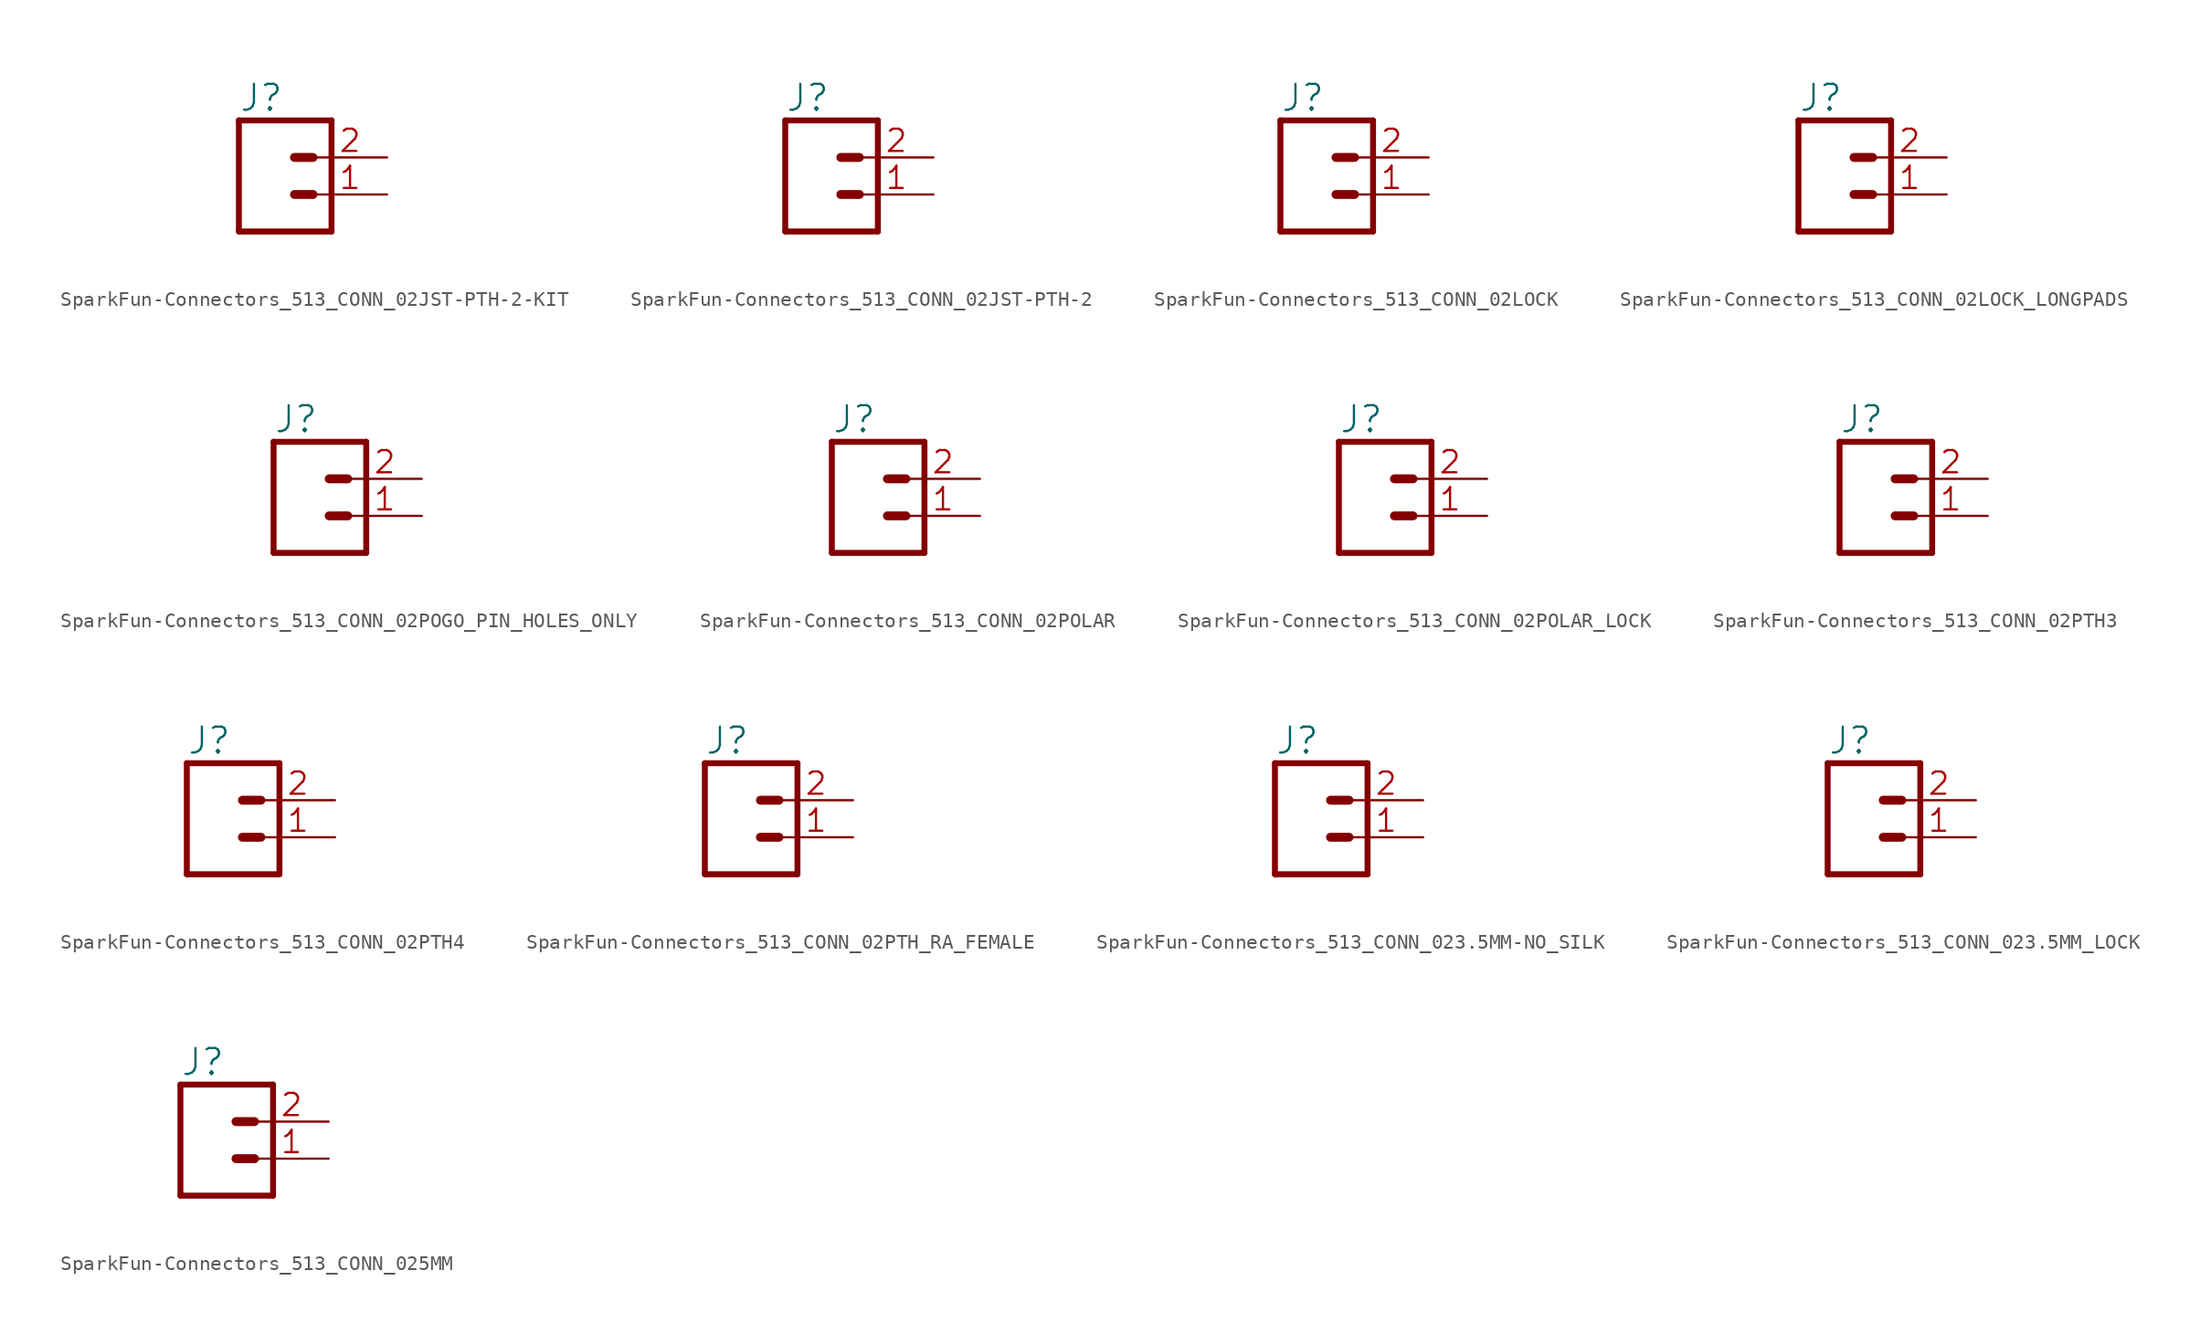
<source format=kicad_sym>
(kicad_symbol_lib
  (version 20241209)
  (generator "kicad_symbol_editor")
  (generator_version "9.0")
  (symbol "SparkFun-Connectors_513_CONN_02JST-PTH-2-KIT"
    (property "Reference" "J"
      (at -2.54 5.588 0)
      (effects (font (size 1.778 1.778)) (justify left bottom)))
    (property "Value" ""
      (at -2.54 -4.826 0)
      (effects (font (size 1.778 1.778)) (justify left bottom)))
    (property "ki_locked" ""
      (at 0 0 0)
      (effects (font (size 1.27 1.27))))
    (symbol "SparkFun-Connectors_513_CONN_02JST-PTH-2-KIT_1_0"
      (polyline (pts (xy -2.54 5.08) (xy -2.54 -2.54)) (stroke (width 0.406) (type solid)) (fill (type none)))
      (polyline (pts (xy -2.54 5.08) (xy 3.81 5.08)) (stroke (width 0.406) (type solid)) (fill (type none)))
      (polyline (pts (xy 1.27 2.54) (xy 2.54 2.54)) (stroke (width 0.61) (type solid)) (fill (type none)))
      (polyline (pts (xy 1.27 0) (xy 2.54 0)) (stroke (width 0.61) (type solid)) (fill (type none)))
      (polyline (pts (xy 3.81 -2.54) (xy -2.54 -2.54)) (stroke (width 0.406) (type solid)) (fill (type none)))
      (polyline (pts (xy 3.81 -2.54) (xy 3.81 5.08)) (stroke (width 0.406) (type solid)) (fill (type none)))
      (pin passive line (at 7.62 2.54 180) (length 5.08) (name "2" (effects (font (size 0 0)))) (number "2" (effects (font (size 1.524 1.524)))))
      (pin passive line (at 7.62 0 180) (length 5.08) (name "1" (effects (font (size 0 0)))) (number "1" (effects (font (size 1.524 1.524)))))))
  (symbol "SparkFun-Connectors_513_CONN_02JST-PTH-2"
    (property "Reference" "J"
      (at -2.54 5.588 0)
      (effects (font (size 1.778 1.778)) (justify left bottom)))
    (property "Value" ""
      (at -2.54 -4.826 0)
      (effects (font (size 1.778 1.778)) (justify left bottom)))
    (property "ki_locked" ""
      (at 0 0 0)
      (effects (font (size 1.27 1.27))))
    (symbol "SparkFun-Connectors_513_CONN_02JST-PTH-2_1_0"
      (polyline (pts (xy -2.54 5.08) (xy -2.54 -2.54)) (stroke (width 0.406) (type solid)) (fill (type none)))
      (polyline (pts (xy -2.54 5.08) (xy 3.81 5.08)) (stroke (width 0.406) (type solid)) (fill (type none)))
      (polyline (pts (xy 1.27 2.54) (xy 2.54 2.54)) (stroke (width 0.61) (type solid)) (fill (type none)))
      (polyline (pts (xy 1.27 0) (xy 2.54 0)) (stroke (width 0.61) (type solid)) (fill (type none)))
      (polyline (pts (xy 3.81 -2.54) (xy -2.54 -2.54)) (stroke (width 0.406) (type solid)) (fill (type none)))
      (polyline (pts (xy 3.81 -2.54) (xy 3.81 5.08)) (stroke (width 0.406) (type solid)) (fill (type none)))
      (pin passive line (at 7.62 2.54 180) (length 5.08) (name "2" (effects (font (size 0 0)))) (number "2" (effects (font (size 1.524 1.524)))))
      (pin passive line (at 7.62 0 180) (length 5.08) (name "1" (effects (font (size 0 0)))) (number "1" (effects (font (size 1.524 1.524)))))))
  (symbol "SparkFun-Connectors_513_CONN_02LOCK"
    (property "Reference" "J"
      (at -2.54 5.588 0)
      (effects (font (size 1.778 1.778)) (justify left bottom)))
    (property "Value" ""
      (at -2.54 -4.826 0)
      (effects (font (size 1.778 1.778)) (justify left bottom)))
    (property "ki_locked" ""
      (at 0 0 0)
      (effects (font (size 1.27 1.27))))
    (symbol "SparkFun-Connectors_513_CONN_02LOCK_1_0"
      (polyline (pts (xy -2.54 5.08) (xy -2.54 -2.54)) (stroke (width 0.406) (type solid)) (fill (type none)))
      (polyline (pts (xy -2.54 5.08) (xy 3.81 5.08)) (stroke (width 0.406) (type solid)) (fill (type none)))
      (polyline (pts (xy 1.27 2.54) (xy 2.54 2.54)) (stroke (width 0.61) (type solid)) (fill (type none)))
      (polyline (pts (xy 1.27 0) (xy 2.54 0)) (stroke (width 0.61) (type solid)) (fill (type none)))
      (polyline (pts (xy 3.81 -2.54) (xy -2.54 -2.54)) (stroke (width 0.406) (type solid)) (fill (type none)))
      (polyline (pts (xy 3.81 -2.54) (xy 3.81 5.08)) (stroke (width 0.406) (type solid)) (fill (type none)))
      (pin passive line (at 7.62 2.54 180) (length 5.08) (name "2" (effects (font (size 0 0)))) (number "2" (effects (font (size 1.524 1.524)))))
      (pin passive line (at 7.62 0 180) (length 5.08) (name "1" (effects (font (size 0 0)))) (number "1" (effects (font (size 1.524 1.524)))))))
  (symbol "SparkFun-Connectors_513_CONN_02LOCK_LONGPADS"
    (property "Reference" "J"
      (at -2.54 5.588 0)
      (effects (font (size 1.778 1.778)) (justify left bottom)))
    (property "Value" ""
      (at -2.54 -4.826 0)
      (effects (font (size 1.778 1.778)) (justify left bottom)))
    (property "ki_locked" ""
      (at 0 0 0)
      (effects (font (size 1.27 1.27))))
    (symbol "SparkFun-Connectors_513_CONN_02LOCK_LONGPADS_1_0"
      (polyline (pts (xy -2.54 5.08) (xy -2.54 -2.54)) (stroke (width 0.406) (type solid)) (fill (type none)))
      (polyline (pts (xy -2.54 5.08) (xy 3.81 5.08)) (stroke (width 0.406) (type solid)) (fill (type none)))
      (polyline (pts (xy 1.27 2.54) (xy 2.54 2.54)) (stroke (width 0.61) (type solid)) (fill (type none)))
      (polyline (pts (xy 1.27 0) (xy 2.54 0)) (stroke (width 0.61) (type solid)) (fill (type none)))
      (polyline (pts (xy 3.81 -2.54) (xy -2.54 -2.54)) (stroke (width 0.406) (type solid)) (fill (type none)))
      (polyline (pts (xy 3.81 -2.54) (xy 3.81 5.08)) (stroke (width 0.406) (type solid)) (fill (type none)))
      (pin passive line (at 7.62 2.54 180) (length 5.08) (name "2" (effects (font (size 0 0)))) (number "2" (effects (font (size 1.524 1.524)))))
      (pin passive line (at 7.62 0 180) (length 5.08) (name "1" (effects (font (size 0 0)))) (number "1" (effects (font (size 1.524 1.524)))))))
  (symbol "SparkFun-Connectors_513_CONN_02POGO_PIN_HOLES_ONLY"
    (property "Reference" "J"
      (at -2.54 5.588 0)
      (effects (font (size 1.778 1.778)) (justify left bottom)))
    (property "Value" ""
      (at -2.54 -4.826 0)
      (effects (font (size 1.778 1.778)) (justify left bottom)))
    (property "ki_locked" ""
      (at 0 0 0)
      (effects (font (size 1.27 1.27))))
    (symbol "SparkFun-Connectors_513_CONN_02POGO_PIN_HOLES_ONLY_1_0"
      (polyline (pts (xy -2.54 5.08) (xy -2.54 -2.54)) (stroke (width 0.406) (type solid)) (fill (type none)))
      (polyline (pts (xy -2.54 5.08) (xy 3.81 5.08)) (stroke (width 0.406) (type solid)) (fill (type none)))
      (polyline (pts (xy 1.27 2.54) (xy 2.54 2.54)) (stroke (width 0.61) (type solid)) (fill (type none)))
      (polyline (pts (xy 1.27 0) (xy 2.54 0)) (stroke (width 0.61) (type solid)) (fill (type none)))
      (polyline (pts (xy 3.81 -2.54) (xy -2.54 -2.54)) (stroke (width 0.406) (type solid)) (fill (type none)))
      (polyline (pts (xy 3.81 -2.54) (xy 3.81 5.08)) (stroke (width 0.406) (type solid)) (fill (type none)))
      (pin passive line (at 7.62 2.54 180) (length 5.08) (name "2" (effects (font (size 0 0)))) (number "2" (effects (font (size 1.524 1.524)))))
      (pin passive line (at 7.62 0 180) (length 5.08) (name "1" (effects (font (size 0 0)))) (number "1" (effects (font (size 1.524 1.524)))))))
  (symbol "SparkFun-Connectors_513_CONN_02POLAR"
    (property "Reference" "J"
      (at -2.54 5.588 0)
      (effects (font (size 1.778 1.778)) (justify left bottom)))
    (property "Value" ""
      (at -2.54 -4.826 0)
      (effects (font (size 1.778 1.778)) (justify left bottom)))
    (property "ki_locked" ""
      (at 0 0 0)
      (effects (font (size 1.27 1.27))))
    (symbol "SparkFun-Connectors_513_CONN_02POLAR_1_0"
      (polyline (pts (xy -2.54 5.08) (xy -2.54 -2.54)) (stroke (width 0.406) (type solid)) (fill (type none)))
      (polyline (pts (xy -2.54 5.08) (xy 3.81 5.08)) (stroke (width 0.406) (type solid)) (fill (type none)))
      (polyline (pts (xy 1.27 2.54) (xy 2.54 2.54)) (stroke (width 0.61) (type solid)) (fill (type none)))
      (polyline (pts (xy 1.27 0) (xy 2.54 0)) (stroke (width 0.61) (type solid)) (fill (type none)))
      (polyline (pts (xy 3.81 -2.54) (xy -2.54 -2.54)) (stroke (width 0.406) (type solid)) (fill (type none)))
      (polyline (pts (xy 3.81 -2.54) (xy 3.81 5.08)) (stroke (width 0.406) (type solid)) (fill (type none)))
      (pin passive line (at 7.62 2.54 180) (length 5.08) (name "2" (effects (font (size 0 0)))) (number "2" (effects (font (size 1.524 1.524)))))
      (pin passive line (at 7.62 0 180) (length 5.08) (name "1" (effects (font (size 0 0)))) (number "1" (effects (font (size 1.524 1.524)))))))
  (symbol "SparkFun-Connectors_513_CONN_02POLAR_LOCK"
    (property "Reference" "J"
      (at -2.54 5.588 0)
      (effects (font (size 1.778 1.778)) (justify left bottom)))
    (property "Value" ""
      (at -2.54 -4.826 0)
      (effects (font (size 1.778 1.778)) (justify left bottom)))
    (property "ki_locked" ""
      (at 0 0 0)
      (effects (font (size 1.27 1.27))))
    (symbol "SparkFun-Connectors_513_CONN_02POLAR_LOCK_1_0"
      (polyline (pts (xy -2.54 5.08) (xy -2.54 -2.54)) (stroke (width 0.406) (type solid)) (fill (type none)))
      (polyline (pts (xy -2.54 5.08) (xy 3.81 5.08)) (stroke (width 0.406) (type solid)) (fill (type none)))
      (polyline (pts (xy 1.27 2.54) (xy 2.54 2.54)) (stroke (width 0.61) (type solid)) (fill (type none)))
      (polyline (pts (xy 1.27 0) (xy 2.54 0)) (stroke (width 0.61) (type solid)) (fill (type none)))
      (polyline (pts (xy 3.81 -2.54) (xy -2.54 -2.54)) (stroke (width 0.406) (type solid)) (fill (type none)))
      (polyline (pts (xy 3.81 -2.54) (xy 3.81 5.08)) (stroke (width 0.406) (type solid)) (fill (type none)))
      (pin passive line (at 7.62 2.54 180) (length 5.08) (name "2" (effects (font (size 0 0)))) (number "2" (effects (font (size 1.524 1.524)))))
      (pin passive line (at 7.62 0 180) (length 5.08) (name "1" (effects (font (size 0 0)))) (number "1" (effects (font (size 1.524 1.524)))))))
  (symbol "SparkFun-Connectors_513_CONN_02PTH3"
    (property "Reference" "J"
      (at -2.54 5.588 0)
      (effects (font (size 1.778 1.778)) (justify left bottom)))
    (property "Value" ""
      (at -2.54 -4.826 0)
      (effects (font (size 1.778 1.778)) (justify left bottom)))
    (property "ki_locked" ""
      (at 0 0 0)
      (effects (font (size 1.27 1.27))))
    (symbol "SparkFun-Connectors_513_CONN_02PTH3_1_0"
      (polyline (pts (xy -2.54 5.08) (xy -2.54 -2.54)) (stroke (width 0.406) (type solid)) (fill (type none)))
      (polyline (pts (xy -2.54 5.08) (xy 3.81 5.08)) (stroke (width 0.406) (type solid)) (fill (type none)))
      (polyline (pts (xy 1.27 2.54) (xy 2.54 2.54)) (stroke (width 0.61) (type solid)) (fill (type none)))
      (polyline (pts (xy 1.27 0) (xy 2.54 0)) (stroke (width 0.61) (type solid)) (fill (type none)))
      (polyline (pts (xy 3.81 -2.54) (xy -2.54 -2.54)) (stroke (width 0.406) (type solid)) (fill (type none)))
      (polyline (pts (xy 3.81 -2.54) (xy 3.81 5.08)) (stroke (width 0.406) (type solid)) (fill (type none)))
      (pin passive line (at 7.62 2.54 180) (length 5.08) (name "2" (effects (font (size 0 0)))) (number "2" (effects (font (size 1.524 1.524)))))
      (pin passive line (at 7.62 0 180) (length 5.08) (name "1" (effects (font (size 0 0)))) (number "1" (effects (font (size 1.524 1.524)))))))
  (symbol "SparkFun-Connectors_513_CONN_02PTH4"
    (property "Reference" "J"
      (at -2.54 5.588 0)
      (effects (font (size 1.778 1.778)) (justify left bottom)))
    (property "Value" ""
      (at -2.54 -4.826 0)
      (effects (font (size 1.778 1.778)) (justify left bottom)))
    (property "ki_locked" ""
      (at 0 0 0)
      (effects (font (size 1.27 1.27))))
    (symbol "SparkFun-Connectors_513_CONN_02PTH4_1_0"
      (polyline (pts (xy -2.54 5.08) (xy -2.54 -2.54)) (stroke (width 0.406) (type solid)) (fill (type none)))
      (polyline (pts (xy -2.54 5.08) (xy 3.81 5.08)) (stroke (width 0.406) (type solid)) (fill (type none)))
      (polyline (pts (xy 1.27 2.54) (xy 2.54 2.54)) (stroke (width 0.61) (type solid)) (fill (type none)))
      (polyline (pts (xy 1.27 0) (xy 2.54 0)) (stroke (width 0.61) (type solid)) (fill (type none)))
      (polyline (pts (xy 3.81 -2.54) (xy -2.54 -2.54)) (stroke (width 0.406) (type solid)) (fill (type none)))
      (polyline (pts (xy 3.81 -2.54) (xy 3.81 5.08)) (stroke (width 0.406) (type solid)) (fill (type none)))
      (pin passive line (at 7.62 2.54 180) (length 5.08) (name "2" (effects (font (size 0 0)))) (number "2" (effects (font (size 1.524 1.524)))))
      (pin passive line (at 7.62 0 180) (length 5.08) (name "1" (effects (font (size 0 0)))) (number "1" (effects (font (size 1.524 1.524)))))))
  (symbol "SparkFun-Connectors_513_CONN_02PTH_RA_FEMALE"
    (property "Reference" "J"
      (at -2.54 5.588 0)
      (effects (font (size 1.778 1.778)) (justify left bottom)))
    (property "Value" ""
      (at -2.54 -4.826 0)
      (effects (font (size 1.778 1.778)) (justify left bottom)))
    (property "ki_locked" ""
      (at 0 0 0)
      (effects (font (size 1.27 1.27))))
    (symbol "SparkFun-Connectors_513_CONN_02PTH_RA_FEMALE_1_0"
      (polyline (pts (xy -2.54 5.08) (xy -2.54 -2.54)) (stroke (width 0.406) (type solid)) (fill (type none)))
      (polyline (pts (xy -2.54 5.08) (xy 3.81 5.08)) (stroke (width 0.406) (type solid)) (fill (type none)))
      (polyline (pts (xy 1.27 2.54) (xy 2.54 2.54)) (stroke (width 0.61) (type solid)) (fill (type none)))
      (polyline (pts (xy 1.27 0) (xy 2.54 0)) (stroke (width 0.61) (type solid)) (fill (type none)))
      (polyline (pts (xy 3.81 -2.54) (xy -2.54 -2.54)) (stroke (width 0.406) (type solid)) (fill (type none)))
      (polyline (pts (xy 3.81 -2.54) (xy 3.81 5.08)) (stroke (width 0.406) (type solid)) (fill (type none)))
      (pin passive line (at 7.62 2.54 180) (length 5.08) (name "2" (effects (font (size 0 0)))) (number "2" (effects (font (size 1.524 1.524)))))
      (pin passive line (at 7.62 0 180) (length 5.08) (name "1" (effects (font (size 0 0)))) (number "1" (effects (font (size 1.524 1.524)))))))
  (symbol "SparkFun-Connectors_513_CONN_023.5MM-NO_SILK"
    (property "Reference" "J"
      (at -2.54 5.588 0)
      (effects (font (size 1.778 1.778)) (justify left bottom)))
    (property "Value" ""
      (at -2.54 -4.826 0)
      (effects (font (size 1.778 1.778)) (justify left bottom)))
    (property "ki_locked" ""
      (at 0 0 0)
      (effects (font (size 1.27 1.27))))
    (symbol "SparkFun-Connectors_513_CONN_023.5MM-NO_SILK_1_0"
      (polyline (pts (xy -2.54 5.08) (xy -2.54 -2.54)) (stroke (width 0.406) (type solid)) (fill (type none)))
      (polyline (pts (xy -2.54 5.08) (xy 3.81 5.08)) (stroke (width 0.406) (type solid)) (fill (type none)))
      (polyline (pts (xy 1.27 2.54) (xy 2.54 2.54)) (stroke (width 0.61) (type solid)) (fill (type none)))
      (polyline (pts (xy 1.27 0) (xy 2.54 0)) (stroke (width 0.61) (type solid)) (fill (type none)))
      (polyline (pts (xy 3.81 -2.54) (xy -2.54 -2.54)) (stroke (width 0.406) (type solid)) (fill (type none)))
      (polyline (pts (xy 3.81 -2.54) (xy 3.81 5.08)) (stroke (width 0.406) (type solid)) (fill (type none)))
      (pin passive line (at 7.62 2.54 180) (length 5.08) (name "2" (effects (font (size 0 0)))) (number "2" (effects (font (size 1.524 1.524)))))
      (pin passive line (at 7.62 0 180) (length 5.08) (name "1" (effects (font (size 0 0)))) (number "1" (effects (font (size 1.524 1.524)))))))
  (symbol "SparkFun-Connectors_513_CONN_023.5MM_LOCK"
    (property "Reference" "J"
      (at -2.54 5.588 0)
      (effects (font (size 1.778 1.778)) (justify left bottom)))
    (property "Value" ""
      (at -2.54 -4.826 0)
      (effects (font (size 1.778 1.778)) (justify left bottom)))
    (property "ki_locked" ""
      (at 0 0 0)
      (effects (font (size 1.27 1.27))))
    (symbol "SparkFun-Connectors_513_CONN_023.5MM_LOCK_1_0"
      (polyline (pts (xy -2.54 5.08) (xy -2.54 -2.54)) (stroke (width 0.406) (type solid)) (fill (type none)))
      (polyline (pts (xy -2.54 5.08) (xy 3.81 5.08)) (stroke (width 0.406) (type solid)) (fill (type none)))
      (polyline (pts (xy 1.27 2.54) (xy 2.54 2.54)) (stroke (width 0.61) (type solid)) (fill (type none)))
      (polyline (pts (xy 1.27 0) (xy 2.54 0)) (stroke (width 0.61) (type solid)) (fill (type none)))
      (polyline (pts (xy 3.81 -2.54) (xy -2.54 -2.54)) (stroke (width 0.406) (type solid)) (fill (type none)))
      (polyline (pts (xy 3.81 -2.54) (xy 3.81 5.08)) (stroke (width 0.406) (type solid)) (fill (type none)))
      (pin passive line (at 7.62 2.54 180) (length 5.08) (name "2" (effects (font (size 0 0)))) (number "2" (effects (font (size 1.524 1.524)))))
      (pin passive line (at 7.62 0 180) (length 5.08) (name "1" (effects (font (size 0 0)))) (number "1" (effects (font (size 1.524 1.524)))))))
  (symbol "SparkFun-Connectors_513_CONN_025MM"
    (property "Reference" "J"
      (at -2.54 5.588 0)
      (effects (font (size 1.778 1.778)) (justify left bottom)))
    (property "Value" ""
      (at -2.54 -4.826 0)
      (effects (font (size 1.778 1.778)) (justify left bottom)))
    (property "ki_locked" ""
      (at 0 0 0)
      (effects (font (size 1.27 1.27))))
    (symbol "SparkFun-Connectors_513_CONN_025MM_1_0"
      (polyline (pts (xy -2.54 5.08) (xy -2.54 -2.54)) (stroke (width 0.406) (type solid)) (fill (type none)))
      (polyline (pts (xy -2.54 5.08) (xy 3.81 5.08)) (stroke (width 0.406) (type solid)) (fill (type none)))
      (polyline (pts (xy 1.27 2.54) (xy 2.54 2.54)) (stroke (width 0.61) (type solid)) (fill (type none)))
      (polyline (pts (xy 1.27 0) (xy 2.54 0)) (stroke (width 0.61) (type solid)) (fill (type none)))
      (polyline (pts (xy 3.81 -2.54) (xy -2.54 -2.54)) (stroke (width 0.406) (type solid)) (fill (type none)))
      (polyline (pts (xy 3.81 -2.54) (xy 3.81 5.08)) (stroke (width 0.406) (type solid)) (fill (type none)))
      (pin passive line (at 7.62 2.54 180) (length 5.08) (name "2" (effects (font (size 0 0)))) (number "2" (effects (font (size 1.524 1.524)))))
      (pin passive line (at 7.62 0 180) (length 5.08) (name "1" (effects (font (size 0 0)))) (number "1" (effects (font (size 1.524 1.524))))))))
</source>
